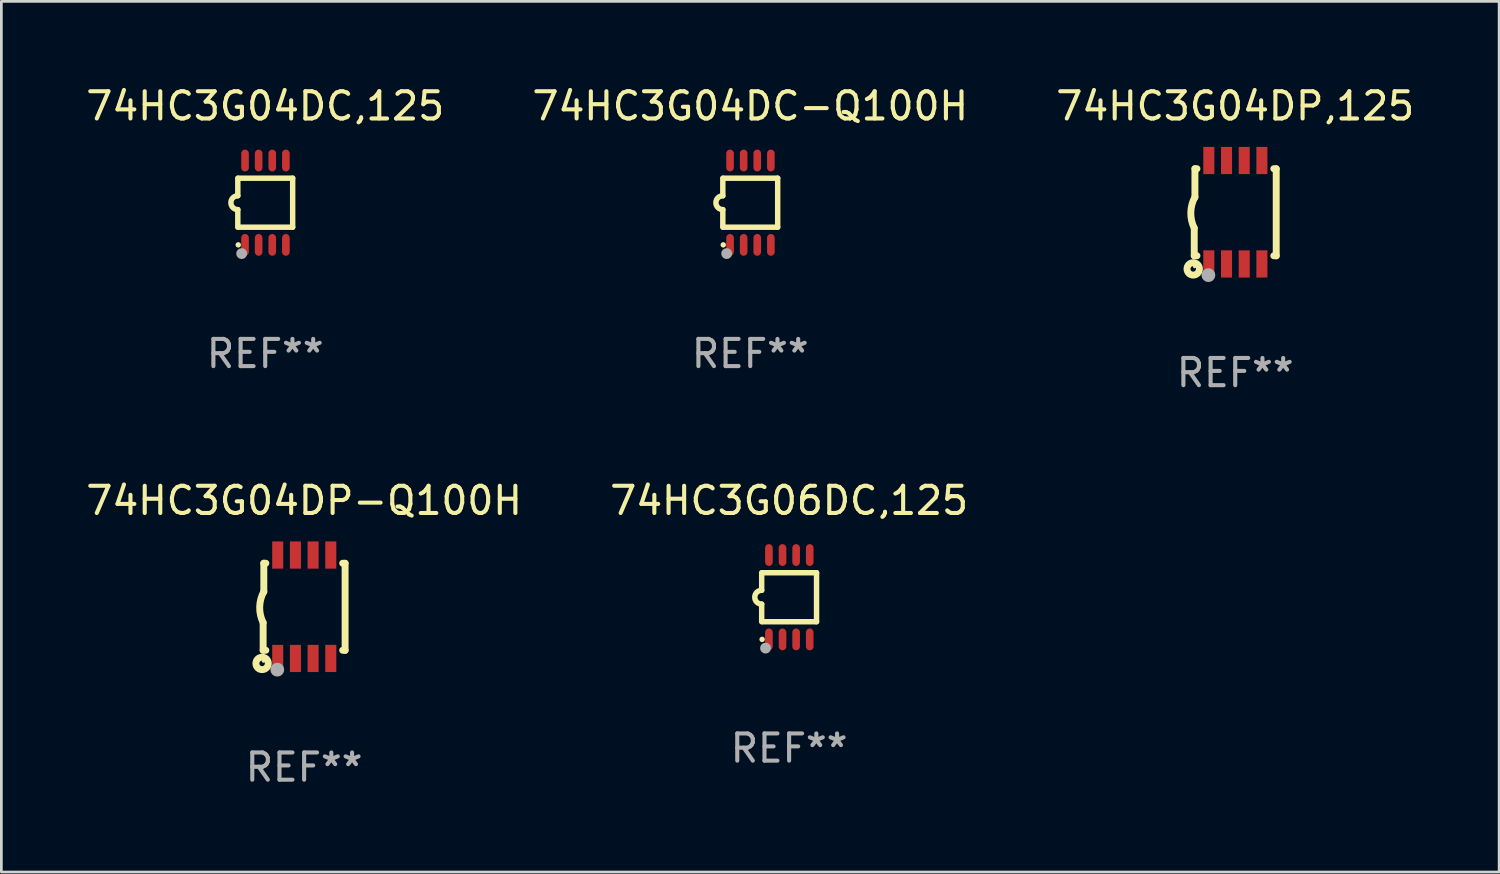
<source format=kicad_pcb>
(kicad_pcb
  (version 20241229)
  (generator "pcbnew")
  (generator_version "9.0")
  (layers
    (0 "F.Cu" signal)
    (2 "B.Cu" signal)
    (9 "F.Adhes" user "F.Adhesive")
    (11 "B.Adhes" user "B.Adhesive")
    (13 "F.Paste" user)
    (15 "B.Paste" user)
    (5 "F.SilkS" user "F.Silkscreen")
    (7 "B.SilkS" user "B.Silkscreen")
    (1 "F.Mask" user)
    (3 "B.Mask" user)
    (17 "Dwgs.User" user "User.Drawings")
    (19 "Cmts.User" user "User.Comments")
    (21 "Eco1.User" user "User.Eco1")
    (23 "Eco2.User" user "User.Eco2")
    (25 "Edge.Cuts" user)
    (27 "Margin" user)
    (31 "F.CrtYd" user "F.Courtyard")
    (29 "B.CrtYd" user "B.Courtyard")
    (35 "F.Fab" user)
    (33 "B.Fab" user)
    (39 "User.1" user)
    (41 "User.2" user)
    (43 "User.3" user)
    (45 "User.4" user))
  (footprint "74HC3G04DC-Q100H"
    (layer "F.Cu")
    (at 24.518 4.398)
    (property "Reference" "74HC3G04DC-Q100H" (at 0 -3.55 0) (layer "F.SilkS") (effects (font (size 1 1) (thickness 0.15))))
    (attr through_hole)
    (fp_line (start -1.008 -0.254) (end -1.008 -0.9) (stroke (width 0.2) (type solid)) (layer "F.SilkS"))
    (fp_line (start -1.008 0.254) (end -1.008 0.9) (stroke (width 0.2) (type solid)) (layer "F.SilkS"))
    (fp_line (start -0.992 0.9) (end 1.008 0.9) (stroke (width 0.2) (type solid)) (layer "F.SilkS"))
    (fp_line (start 1.008 -0.9) (end -0.992 -0.9) (stroke (width 0.2) (type solid)) (layer "F.SilkS"))
    (fp_line (start 1.008 0.9) (end 1.008 -0.9) (stroke (width 0.2) (type solid)) (layer "F.SilkS"))
    (fp_arc (start -1.008001 0.254001) (mid -1.262002 0) (end -1.008001 -0.254001) (stroke (width 0.2) (type solid)) (layer "F.SilkS"))
    (fp_circle (center -0.992 1.55) (end -0.942 1.55) (stroke (width 0.1) (type solid)) (fill no) (layer "F.SilkS"))
    (fp_circle (center -0.866 1.87) (end -0.766 1.87) (stroke (width 0.2) (type solid)) (fill no) (layer "F.Fab"))
    (fp_text user "REF**" (at 0 5.55 0) (layer "F.Fab") (effects (font (size 1 1) (thickness 0.15))))
    (pad "1" smd oval (at -0.742 1.55 270) (size 0.8 0.28) (layers "F.Cu" "F.Mask" "F.Paste"))
    (pad "2" smd oval (at -0.242 1.55 270) (size 0.8 0.28) (layers "F.Cu" "F.Mask" "F.Paste"))
    (pad "3" smd oval (at 0.258 1.55 270) (size 0.8 0.28) (layers "F.Cu" "F.Mask" "F.Paste"))
    (pad "4" smd oval (at 0.758 1.55 270) (size 0.8 0.28) (layers "F.Cu" "F.Mask" "F.Paste"))
    (pad "5" smd oval (at 0.758 -1.55 270) (size 0.8 0.28) (layers "F.Cu" "F.Mask" "F.Paste"))
    (pad "6" smd oval (at 0.258 -1.55 270) (size 0.8 0.28) (layers "F.Cu" "F.Mask" "F.Paste"))
    (pad "7" smd oval (at -0.242 -1.55 270) (size 0.8 0.28) (layers "F.Cu" "F.Mask" "F.Paste"))
    (pad "8" smd oval (at -0.742 -1.55 270) (size 0.8 0.28) (layers "F.Cu" "F.Mask" "F.Paste")))
  (footprint "74HC3G06DC,125"
    (layer "F.Cu")
    (at 25.946 18.895)
    (property "Reference" "74HC3G06DC,125" (at 0 -3.55 0) (layer "F.SilkS") (effects (font (size 1 1) (thickness 0.15))))
    (attr through_hole)
    (fp_line (start -1.008 -0.254) (end -1.008 -0.9) (stroke (width 0.2) (type solid)) (layer "F.SilkS"))
    (fp_line (start -1.008 0.254) (end -1.008 0.9) (stroke (width 0.2) (type solid)) (layer "F.SilkS"))
    (fp_line (start -0.992 0.9) (end 1.008 0.9) (stroke (width 0.2) (type solid)) (layer "F.SilkS"))
    (fp_line (start 1.008 -0.9) (end -0.992 -0.9) (stroke (width 0.2) (type solid)) (layer "F.SilkS"))
    (fp_line (start 1.008 0.9) (end 1.008 -0.9) (stroke (width 0.2) (type solid)) (layer "F.SilkS"))
    (fp_arc (start -1.008001 0.254001) (mid -1.262002 0) (end -1.008001 -0.254001) (stroke (width 0.2) (type solid)) (layer "F.SilkS"))
    (fp_circle (center -0.992 1.55) (end -0.942 1.55) (stroke (width 0.1) (type solid)) (fill no) (layer "F.SilkS"))
    (fp_circle (center -0.866 1.87) (end -0.766 1.87) (stroke (width 0.2) (type solid)) (fill no) (layer "F.Fab"))
    (fp_text user "REF**" (at 0 5.55 0) (layer "F.Fab") (effects (font (size 1 1) (thickness 0.15))))
    (pad "1" smd oval (at -0.742 1.55 270) (size 0.8 0.28) (layers "F.Cu" "F.Mask" "F.Paste"))
    (pad "2" smd oval (at -0.242 1.55 270) (size 0.8 0.28) (layers "F.Cu" "F.Mask" "F.Paste"))
    (pad "3" smd oval (at 0.258 1.55 270) (size 0.8 0.28) (layers "F.Cu" "F.Mask" "F.Paste"))
    (pad "4" smd oval (at 0.758 1.55 270) (size 0.8 0.28) (layers "F.Cu" "F.Mask" "F.Paste"))
    (pad "5" smd oval (at 0.758 -1.55 270) (size 0.8 0.28) (layers "F.Cu" "F.Mask" "F.Paste"))
    (pad "6" smd oval (at 0.258 -1.55 270) (size 0.8 0.28) (layers "F.Cu" "F.Mask" "F.Paste"))
    (pad "7" smd oval (at -0.242 -1.55 270) (size 0.8 0.28) (layers "F.Cu" "F.Mask" "F.Paste"))
    (pad "8" smd oval (at -0.742 -1.55 270) (size 0.8 0.28) (layers "F.Cu" "F.Mask" "F.Paste")))
  (footprint "74HC3G04DP-Q100H"
    (layer "F.Cu")
    (at 8.125 19.245)
    (property "Reference" "74HC3G04DP-Q100H" (at 0 -3.9 0) (layer "F.SilkS") (effects (font (size 1 1) (thickness 0.15))))
    (attr through_hole)
    (fp_line (start -1.506 1.6) (end -1.506 0.584) (stroke (width 0.254) (type solid)) (layer "F.SilkS"))
    (fp_line (start -1.506 1.6) (end -1.407 1.6) (stroke (width 0.254) (type solid)) (layer "F.SilkS"))
    (fp_line (start -1.481 -1.599) (end -1.481 -0.549) (stroke (width 0.254) (type solid)) (layer "F.SilkS"))
    (fp_line (start -1.481 -1.599) (end -1.407 -1.599) (stroke (width 0.254) (type solid)) (layer "F.SilkS"))
    (fp_line (start 1.417 -1.599) (end 1.506 -1.599) (stroke (width 0.254) (type solid)) (layer "F.SilkS"))
    (fp_line (start 1.417 1.6) (end 1.506 1.6) (stroke (width 0.254) (type solid)) (layer "F.SilkS"))
    (fp_line (start 1.506 1.603) (end 1.506 -1.595) (stroke (width 0.254) (type solid)) (layer "F.SilkS"))
    (fp_arc (start -1.506223 0.584328) (mid -1.632455 0.00974) (end -1.480823 -0.558674) (stroke (width 0.254001) (type solid)) (layer "F.SilkS"))
    (fp_circle (center -1.544 2.083) (end -1.443 2.083) (stroke (width 0.254) (type solid)) (fill no) (layer "F.SilkS"))
    (fp_circle (center -1.495 2) (end -1.465 2) (stroke (width 0.06) (type solid)) (fill no) (layer "F.SilkS"))
    (fp_circle (center -0.986 2.312) (end -0.859 2.312) (stroke (width 0.254) (type solid)) (fill no) (layer "F.Fab"))
    (fp_text user "REF**" (at 0 5.9 0) (layer "F.Fab") (effects (font (size 1 1) (thickness 0.15))))
    (pad "1" smd rect (at -0.97 1.9 90) (size 1 0.406) (layers "F.Cu" "F.Mask" "F.Paste"))
    (pad "2" smd rect (at -0.32 1.9 90) (size 1 0.406) (layers "F.Cu" "F.Mask" "F.Paste"))
    (pad "3" smd rect (at 0.33 1.9 90) (size 1 0.406) (layers "F.Cu" "F.Mask" "F.Paste"))
    (pad "4" smd rect (at 0.98 1.9 90) (size 1 0.406) (layers "F.Cu" "F.Mask" "F.Paste"))
    (pad "5" smd rect (at 0.98 -1.9 90) (size 1 0.406) (layers "F.Cu" "F.Mask" "F.Paste"))
    (pad "6" smd rect (at 0.33 -1.9 90) (size 1 0.406) (layers "F.Cu" "F.Mask" "F.Paste"))
    (pad "7" smd rect (at -0.32 -1.9 90) (size 1 0.406) (layers "F.Cu" "F.Mask" "F.Paste"))
    (pad "8" smd rect (at -0.97 -1.9 90) (size 1 0.406) (layers "F.Cu" "F.Mask" "F.Paste")))
  (footprint "74HC3G04DP,125"
    (layer "F.Cu")
    (at 42.339 4.748)
    (property "Reference" "74HC3G04DP,125" (at 0 -3.9 0) (layer "F.SilkS") (effects (font (size 1 1) (thickness 0.15))))
    (attr through_hole)
    (fp_line (start -1.506 1.6) (end -1.506 0.584) (stroke (width 0.254) (type solid)) (layer "F.SilkS"))
    (fp_line (start -1.506 1.6) (end -1.407 1.6) (stroke (width 0.254) (type solid)) (layer "F.SilkS"))
    (fp_line (start -1.481 -1.599) (end -1.481 -0.549) (stroke (width 0.254) (type solid)) (layer "F.SilkS"))
    (fp_line (start -1.481 -1.599) (end -1.407 -1.599) (stroke (width 0.254) (type solid)) (layer "F.SilkS"))
    (fp_line (start 1.417 -1.599) (end 1.506 -1.599) (stroke (width 0.254) (type solid)) (layer "F.SilkS"))
    (fp_line (start 1.417 1.6) (end 1.506 1.6) (stroke (width 0.254) (type solid)) (layer "F.SilkS"))
    (fp_line (start 1.506 1.603) (end 1.506 -1.595) (stroke (width 0.254) (type solid)) (layer "F.SilkS"))
    (fp_arc (start -1.506223 0.584328) (mid -1.632455 0.00974) (end -1.480823 -0.558674) (stroke (width 0.254001) (type solid)) (layer "F.SilkS"))
    (fp_circle (center -1.544 2.083) (end -1.443 2.083) (stroke (width 0.254) (type solid)) (fill no) (layer "F.SilkS"))
    (fp_circle (center -1.495 2) (end -1.465 2) (stroke (width 0.06) (type solid)) (fill no) (layer "F.SilkS"))
    (fp_circle (center -0.986 2.312) (end -0.859 2.312) (stroke (width 0.254) (type solid)) (fill no) (layer "F.Fab"))
    (fp_text user "REF**" (at 0 5.9 0) (layer "F.Fab") (effects (font (size 1 1) (thickness 0.15))))
    (pad "1" smd rect (at -0.97 1.9 90) (size 1 0.406) (layers "F.Cu" "F.Mask" "F.Paste"))
    (pad "2" smd rect (at -0.32 1.9 90) (size 1 0.406) (layers "F.Cu" "F.Mask" "F.Paste"))
    (pad "3" smd rect (at 0.33 1.9 90) (size 1 0.406) (layers "F.Cu" "F.Mask" "F.Paste"))
    (pad "4" smd rect (at 0.98 1.9 90) (size 1 0.406) (layers "F.Cu" "F.Mask" "F.Paste"))
    (pad "5" smd rect (at 0.98 -1.9 90) (size 1 0.406) (layers "F.Cu" "F.Mask" "F.Paste"))
    (pad "6" smd rect (at 0.33 -1.9 90) (size 1 0.406) (layers "F.Cu" "F.Mask" "F.Paste"))
    (pad "7" smd rect (at -0.32 -1.9 90) (size 1 0.406) (layers "F.Cu" "F.Mask" "F.Paste"))
    (pad "8" smd rect (at -0.97 -1.9 90) (size 1 0.406) (layers "F.Cu" "F.Mask" "F.Paste")))
  (footprint "74HC3G04DC,125"
    (layer "F.Cu")
    (at 6.696 4.398)
    (property "Reference" "74HC3G04DC,125" (at 0 -3.55 0) (layer "F.SilkS") (effects (font (size 1 1) (thickness 0.15))))
    (attr through_hole)
    (fp_line (start -1.008 -0.254) (end -1.008 -0.9) (stroke (width 0.2) (type solid)) (layer "F.SilkS"))
    (fp_line (start -1.008 0.254) (end -1.008 0.9) (stroke (width 0.2) (type solid)) (layer "F.SilkS"))
    (fp_line (start -0.992 0.9) (end 1.008 0.9) (stroke (width 0.2) (type solid)) (layer "F.SilkS"))
    (fp_line (start 1.008 -0.9) (end -0.992 -0.9) (stroke (width 0.2) (type solid)) (layer "F.SilkS"))
    (fp_line (start 1.008 0.9) (end 1.008 -0.9) (stroke (width 0.2) (type solid)) (layer "F.SilkS"))
    (fp_arc (start -1.008001 0.254001) (mid -1.262002 0) (end -1.008001 -0.254001) (stroke (width 0.2) (type solid)) (layer "F.SilkS"))
    (fp_circle (center -0.992 1.55) (end -0.942 1.55) (stroke (width 0.1) (type solid)) (fill no) (layer "F.SilkS"))
    (fp_circle (center -0.866 1.87) (end -0.766 1.87) (stroke (width 0.2) (type solid)) (fill no) (layer "F.Fab"))
    (fp_text user "REF**" (at 0 5.55 0) (layer "F.Fab") (effects (font (size 1 1) (thickness 0.15))))
    (pad "1" smd oval (at -0.742 1.55 270) (size 0.8 0.28) (layers "F.Cu" "F.Mask" "F.Paste"))
    (pad "2" smd oval (at -0.242 1.55 270) (size 0.8 0.28) (layers "F.Cu" "F.Mask" "F.Paste"))
    (pad "3" smd oval (at 0.258 1.55 270) (size 0.8 0.28) (layers "F.Cu" "F.Mask" "F.Paste"))
    (pad "4" smd oval (at 0.758 1.55 270) (size 0.8 0.28) (layers "F.Cu" "F.Mask" "F.Paste"))
    (pad "5" smd oval (at 0.758 -1.55 270) (size 0.8 0.28) (layers "F.Cu" "F.Mask" "F.Paste"))
    (pad "6" smd oval (at 0.258 -1.55 270) (size 0.8 0.28) (layers "F.Cu" "F.Mask" "F.Paste"))
    (pad "7" smd oval (at -0.242 -1.55 270) (size 0.8 0.28) (layers "F.Cu" "F.Mask" "F.Paste"))
    (pad "8" smd oval (at -0.742 -1.55 270) (size 0.8 0.28) (layers "F.Cu" "F.Mask" "F.Paste")))
  (gr_rect
    (start -3 -3)
    (end 52.036 28.993)
    (stroke (width 0.1) (type default))
    (fill no)
    (layer "Edge.Cuts")))
</source>
